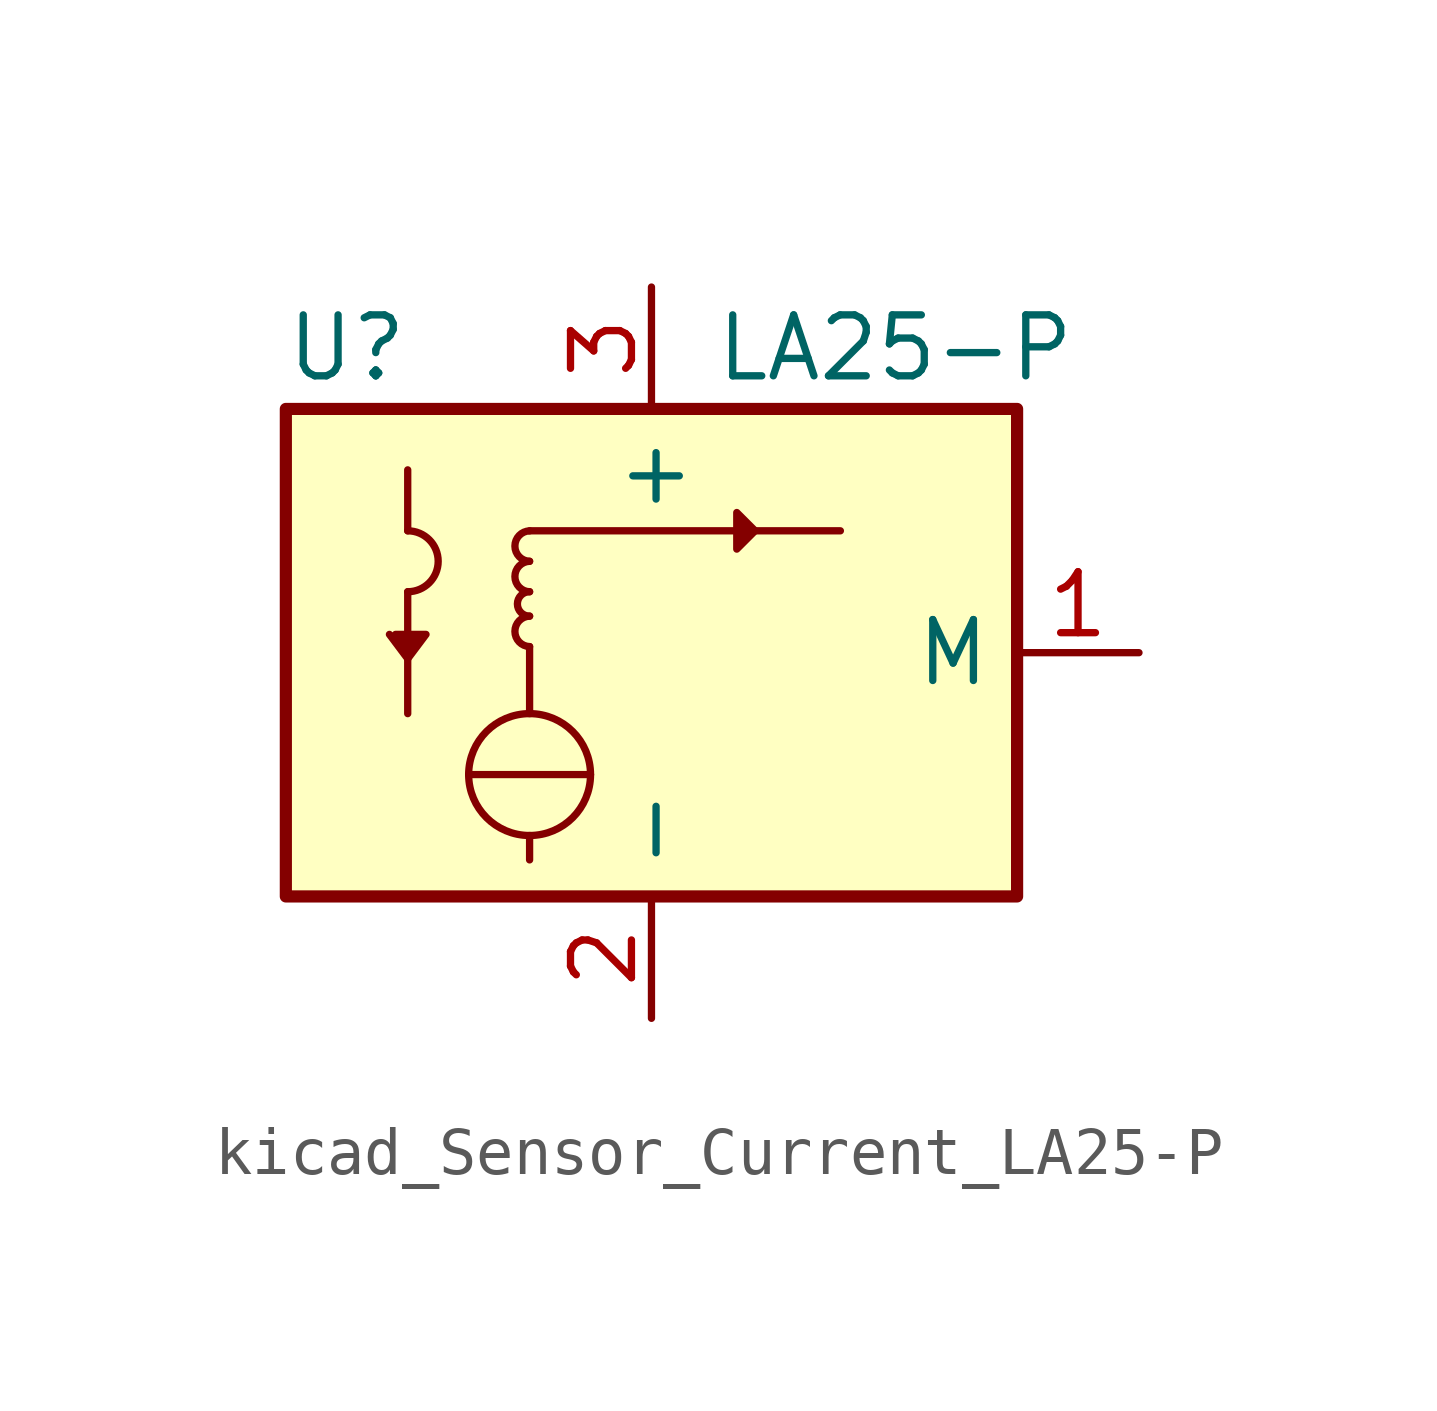
<source format=kicad_sym>
(kicad_symbol_lib
  (version 20220914)
  (generator kicad_symbol_editor)
  (symbol "kicad_Sensor_Current_LA25-P"
    (property "Reference" "U"
      (at -6.35 6.35 0)
      (effects (font (size 1.27 1.27))))
    (property "Value" "LA25-P"
      (at 5.08 6.35 0)
      (effects (font (size 1.27 1.27))))
    (symbol "kicad_Sensor_Current_LA25-P_0_1"
      (arc (start -5.08 1.27) (mid -4.4477 1.905) (end -5.08 2.54) (stroke (width 0) (type default)) (fill (type none)))
      (circle (center -2.54 -2.54) (radius 1.27) (stroke (width 0) (type default)) (fill (type none)))
      (arc (start -2.54 0.762) (mid -2.8448 0.4572) (end -2.54 0.127) (stroke (width 0) (type default)) (fill (type none)))
      (arc (start -2.54 1.27) (mid -2.7929 1.016) (end -2.54 0.762) (stroke (width 0) (type default)) (fill (type none)))
      (arc (start -2.54 1.905) (mid -2.8448 1.6002) (end -2.54 1.27) (stroke (width 0) (type default)) (fill (type none)))
      (arc (start -2.54 2.54) (mid -2.8448 2.2352) (end -2.54 1.905) (stroke (width 0) (type default)) (fill (type none)))
      (polyline (pts (xy -5.08 1.27) (xy -5.08 -1.27)) (stroke (width 0) (type default)) (fill (type none)))
      (polyline (pts (xy -5.08 3.81) (xy -5.08 2.54)) (stroke (width 0) (type default)) (fill (type none)))
      (polyline (pts (xy -3.81 -2.54) (xy -1.27 -2.54)) (stroke (width 0) (type default)) (fill (type none)))
      (polyline (pts (xy -2.54 -3.81) (xy -2.54 -4.318)) (stroke (width 0) (type default)) (fill (type none)))
      (polyline (pts (xy -2.54 -1.27) (xy -2.54 0.127)) (stroke (width 0) (type default)) (fill (type none)))
      (polyline (pts (xy -2.54 2.54) (xy 3.937 2.54)) (stroke (width 0) (type default)) (fill (type none)))
      (polyline (pts (xy -5.334 0.381) (xy -4.699 0.381) (xy -5.08 -0.127) (xy -5.461 0.381)) (stroke (width 0) (type default)) (fill (type outline)))
      (polyline (pts (xy 2.159 2.54) (xy 1.778 2.921) (xy 1.778 2.159) (xy 2.159 2.54)) (stroke (width 0) (type default)) (fill (type outline)))
      (rectangle (start 7.62 -5.08) (end -7.62 5.08) (stroke (width 0.254) (type default)) (fill (type background))))
    (symbol "kicad_Sensor_Current_LA25-P_1_1"
      (pin output line (at 10.16 0 180) (length 2.54) (name "M" (effects (font (size 1.27 1.27)))) (number "1" (effects (font (size 1.27 1.27)))))
      (pin power_in line (at 0 -7.62 90) (length 2.54) (name "-" (effects (font (size 1.27 1.27)))) (number "2" (effects (font (size 1.27 1.27)))))
      (pin power_in line (at 0 7.62 270) (length 2.54) (name "+" (effects (font (size 1.27 1.27)))) (number "3" (effects (font (size 1.27 1.27))))))))
</source>
